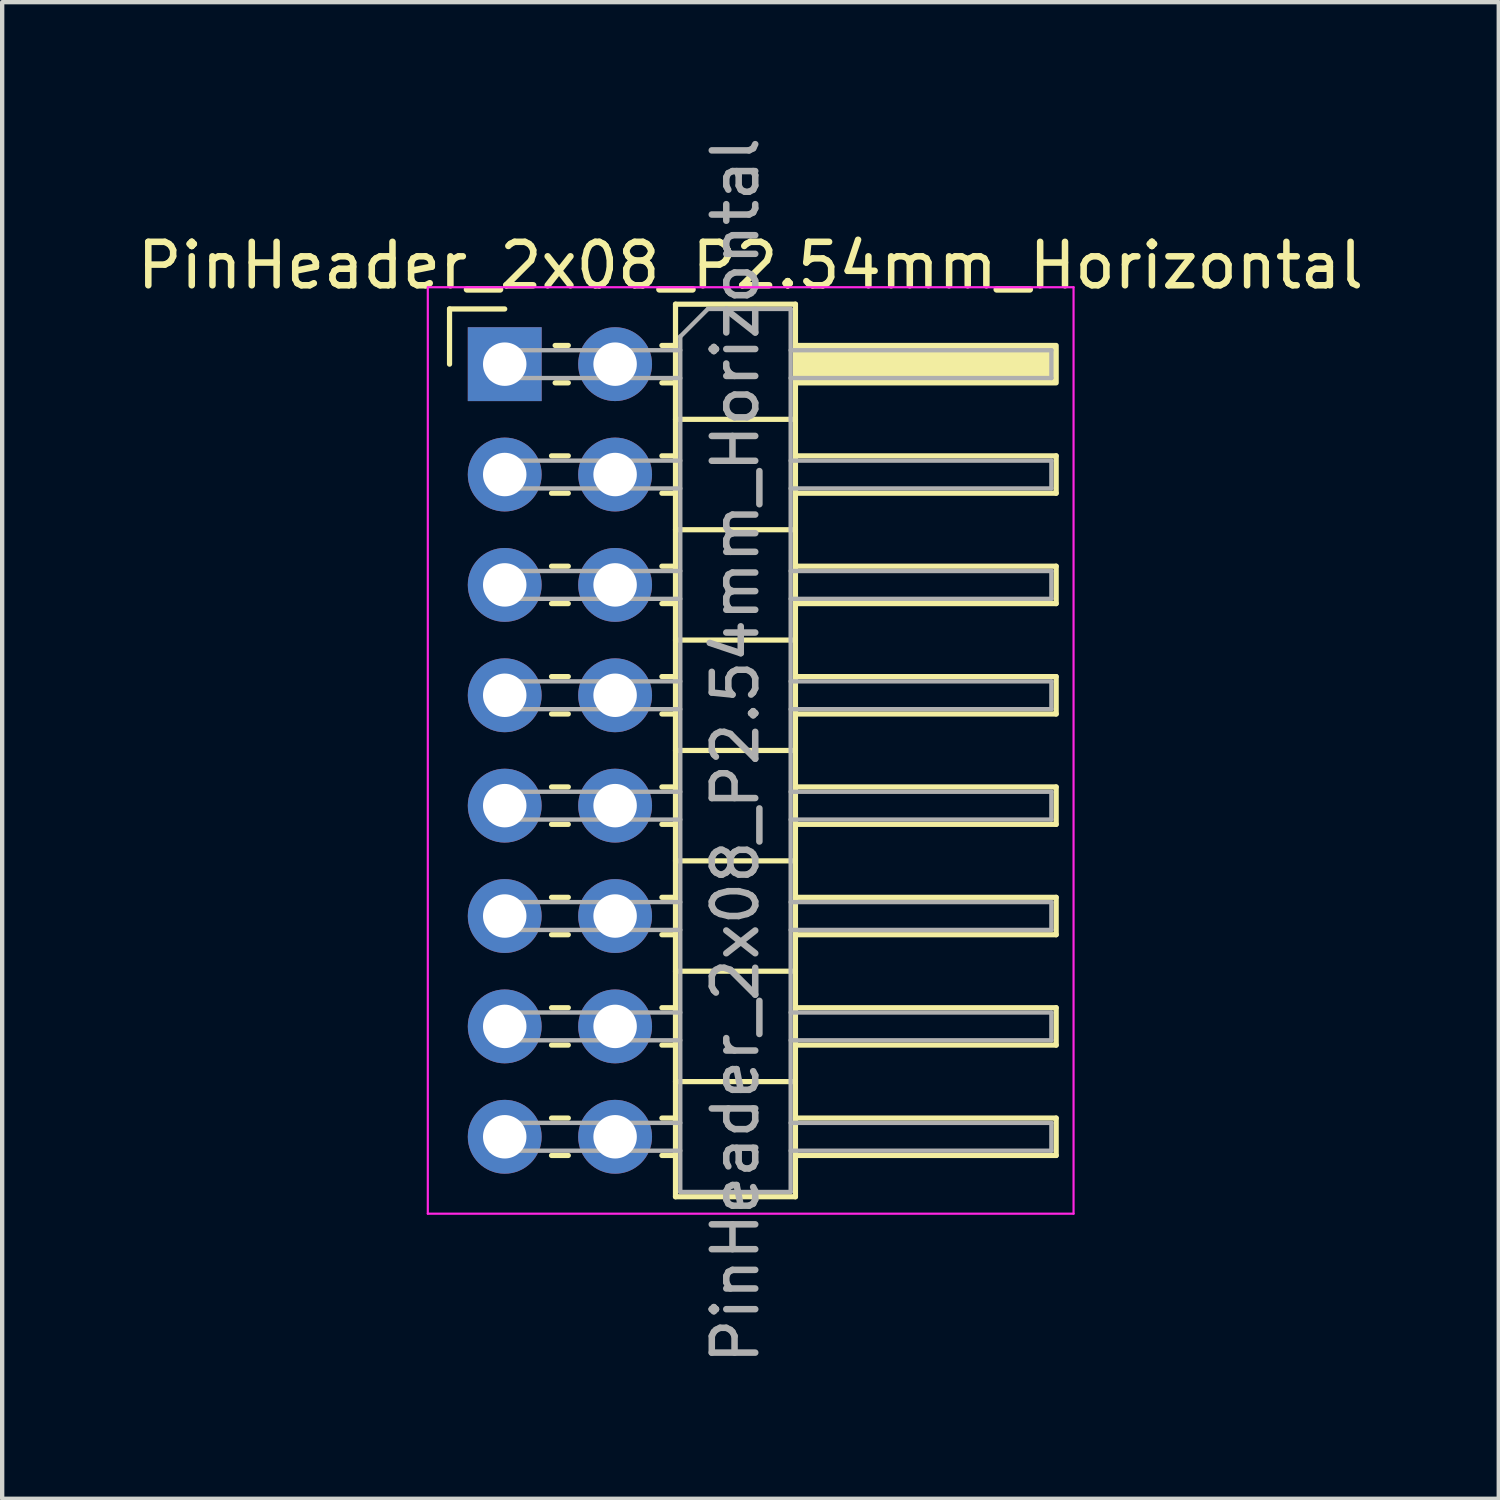
<source format=kicad_pcb>
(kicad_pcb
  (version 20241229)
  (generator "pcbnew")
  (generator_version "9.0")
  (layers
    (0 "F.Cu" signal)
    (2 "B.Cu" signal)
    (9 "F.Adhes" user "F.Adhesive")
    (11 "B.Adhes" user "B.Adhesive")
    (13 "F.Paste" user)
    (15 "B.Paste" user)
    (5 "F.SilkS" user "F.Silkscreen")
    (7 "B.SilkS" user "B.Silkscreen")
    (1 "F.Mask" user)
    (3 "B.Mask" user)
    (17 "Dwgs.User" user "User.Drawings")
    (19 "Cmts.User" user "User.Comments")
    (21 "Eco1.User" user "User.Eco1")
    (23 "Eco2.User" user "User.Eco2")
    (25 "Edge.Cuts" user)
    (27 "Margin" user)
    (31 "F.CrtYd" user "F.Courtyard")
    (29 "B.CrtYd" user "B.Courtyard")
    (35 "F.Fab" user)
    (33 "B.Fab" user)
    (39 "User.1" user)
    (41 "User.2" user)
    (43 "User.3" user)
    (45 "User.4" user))
  (footprint "PinHeader_2x08_P2.54mm_Horizontal"
    (layer "F.Cu")
    (at 8.565 5.33)
    (property "Reference" "PinHeader_2x08_P2.54mm_Horizontal" (at 5.655 -2.27 0) (layer "F.SilkS") (effects (font (size 1 1) (thickness 0.15))))
    (attr through_hole)
    (fp_line (start -1.27 -1.27) (end 0 -1.27) (stroke (width 0.12) (type solid)) (layer "F.SilkS"))
    (fp_line (start -1.27 0) (end -1.27 -1.27) (stroke (width 0.12) (type solid)) (layer "F.SilkS"))
    (fp_line (start 1.077 2.11) (end 1.463 2.11) (stroke (width 0.12) (type solid)) (layer "F.SilkS"))
    (fp_line (start 1.077 2.97) (end 1.463 2.97) (stroke (width 0.12) (type solid)) (layer "F.SilkS"))
    (fp_line (start 1.077 4.65) (end 1.463 4.65) (stroke (width 0.12) (type solid)) (layer "F.SilkS"))
    (fp_line (start 1.077 5.51) (end 1.463 5.51) (stroke (width 0.12) (type solid)) (layer "F.SilkS"))
    (fp_line (start 1.077 7.19) (end 1.463 7.19) (stroke (width 0.12) (type solid)) (layer "F.SilkS"))
    (fp_line (start 1.077 8.05) (end 1.463 8.05) (stroke (width 0.12) (type solid)) (layer "F.SilkS"))
    (fp_line (start 1.077 9.73) (end 1.463 9.73) (stroke (width 0.12) (type solid)) (layer "F.SilkS"))
    (fp_line (start 1.077 10.59) (end 1.463 10.59) (stroke (width 0.12) (type solid)) (layer "F.SilkS"))
    (fp_line (start 1.077 12.27) (end 1.463 12.27) (stroke (width 0.12) (type solid)) (layer "F.SilkS"))
    (fp_line (start 1.077 13.13) (end 1.463 13.13) (stroke (width 0.12) (type solid)) (layer "F.SilkS"))
    (fp_line (start 1.077 14.81) (end 1.463 14.81) (stroke (width 0.12) (type solid)) (layer "F.SilkS"))
    (fp_line (start 1.077 15.67) (end 1.463 15.67) (stroke (width 0.12) (type solid)) (layer "F.SilkS"))
    (fp_line (start 1.077 17.35) (end 1.463 17.35) (stroke (width 0.12) (type solid)) (layer "F.SilkS"))
    (fp_line (start 1.077 18.21) (end 1.463 18.21) (stroke (width 0.12) (type solid)) (layer "F.SilkS"))
    (fp_line (start 1.16 -0.43) (end 1.463 -0.43) (stroke (width 0.12) (type solid)) (layer "F.SilkS"))
    (fp_line (start 1.16 0.43) (end 1.463 0.43) (stroke (width 0.12) (type solid)) (layer "F.SilkS"))
    (fp_line (start 3.617 -0.43) (end 3.93 -0.43) (stroke (width 0.12) (type solid)) (layer "F.SilkS"))
    (fp_line (start 3.617 0.43) (end 3.93 0.43) (stroke (width 0.12) (type solid)) (layer "F.SilkS"))
    (fp_line (start 3.617 2.11) (end 3.93 2.11) (stroke (width 0.12) (type solid)) (layer "F.SilkS"))
    (fp_line (start 3.617 2.97) (end 3.93 2.97) (stroke (width 0.12) (type solid)) (layer "F.SilkS"))
    (fp_line (start 3.617 4.65) (end 3.93 4.65) (stroke (width 0.12) (type solid)) (layer "F.SilkS"))
    (fp_line (start 3.617 5.51) (end 3.93 5.51) (stroke (width 0.12) (type solid)) (layer "F.SilkS"))
    (fp_line (start 3.617 7.19) (end 3.93 7.19) (stroke (width 0.12) (type solid)) (layer "F.SilkS"))
    (fp_line (start 3.617 8.05) (end 3.93 8.05) (stroke (width 0.12) (type solid)) (layer "F.SilkS"))
    (fp_line (start 3.617 9.73) (end 3.93 9.73) (stroke (width 0.12) (type solid)) (layer "F.SilkS"))
    (fp_line (start 3.617 10.59) (end 3.93 10.59) (stroke (width 0.12) (type solid)) (layer "F.SilkS"))
    (fp_line (start 3.617 12.27) (end 3.93 12.27) (stroke (width 0.12) (type solid)) (layer "F.SilkS"))
    (fp_line (start 3.617 13.13) (end 3.93 13.13) (stroke (width 0.12) (type solid)) (layer "F.SilkS"))
    (fp_line (start 3.617 14.81) (end 3.93 14.81) (stroke (width 0.12) (type solid)) (layer "F.SilkS"))
    (fp_line (start 3.617 15.67) (end 3.93 15.67) (stroke (width 0.12) (type solid)) (layer "F.SilkS"))
    (fp_line (start 3.617 17.35) (end 3.93 17.35) (stroke (width 0.12) (type solid)) (layer "F.SilkS"))
    (fp_line (start 3.617 18.21) (end 3.93 18.21) (stroke (width 0.12) (type solid)) (layer "F.SilkS"))
    (fp_line (start 3.93 -1.38) (end 3.93 19.16) (stroke (width 0.12) (type solid)) (layer "F.SilkS"))
    (fp_line (start 3.93 1.27) (end 6.69 1.27) (stroke (width 0.12) (type solid)) (layer "F.SilkS"))
    (fp_line (start 3.93 3.81) (end 6.69 3.81) (stroke (width 0.12) (type solid)) (layer "F.SilkS"))
    (fp_line (start 3.93 6.35) (end 6.69 6.35) (stroke (width 0.12) (type solid)) (layer "F.SilkS"))
    (fp_line (start 3.93 8.89) (end 6.69 8.89) (stroke (width 0.12) (type solid)) (layer "F.SilkS"))
    (fp_line (start 3.93 11.43) (end 6.69 11.43) (stroke (width 0.12) (type solid)) (layer "F.SilkS"))
    (fp_line (start 3.93 13.97) (end 6.69 13.97) (stroke (width 0.12) (type solid)) (layer "F.SilkS"))
    (fp_line (start 3.93 16.51) (end 6.69 16.51) (stroke (width 0.12) (type solid)) (layer "F.SilkS"))
    (fp_line (start 3.93 19.16) (end 6.69 19.16) (stroke (width 0.12) (type solid)) (layer "F.SilkS"))
    (fp_line (start 6.69 -1.38) (end 3.93 -1.38) (stroke (width 0.12) (type solid)) (layer "F.SilkS"))
    (fp_line (start 6.69 2.11) (end 12.69 2.11) (stroke (width 0.12) (type solid)) (layer "F.SilkS"))
    (fp_line (start 6.69 4.65) (end 12.69 4.65) (stroke (width 0.12) (type solid)) (layer "F.SilkS"))
    (fp_line (start 6.69 7.19) (end 12.69 7.19) (stroke (width 0.12) (type solid)) (layer "F.SilkS"))
    (fp_line (start 6.69 9.73) (end 12.69 9.73) (stroke (width 0.12) (type solid)) (layer "F.SilkS"))
    (fp_line (start 6.69 12.27) (end 12.69 12.27) (stroke (width 0.12) (type solid)) (layer "F.SilkS"))
    (fp_line (start 6.69 14.81) (end 12.69 14.81) (stroke (width 0.12) (type solid)) (layer "F.SilkS"))
    (fp_line (start 6.69 17.35) (end 12.69 17.35) (stroke (width 0.12) (type solid)) (layer "F.SilkS"))
    (fp_line (start 6.69 19.16) (end 6.69 -1.38) (stroke (width 0.12) (type solid)) (layer "F.SilkS"))
    (fp_line (start 12.69 2.11) (end 12.69 2.97) (stroke (width 0.12) (type solid)) (layer "F.SilkS"))
    (fp_line (start 12.69 2.97) (end 6.69 2.97) (stroke (width 0.12) (type solid)) (layer "F.SilkS"))
    (fp_line (start 12.69 4.65) (end 12.69 5.51) (stroke (width 0.12) (type solid)) (layer "F.SilkS"))
    (fp_line (start 12.69 5.51) (end 6.69 5.51) (stroke (width 0.12) (type solid)) (layer "F.SilkS"))
    (fp_line (start 12.69 7.19) (end 12.69 8.05) (stroke (width 0.12) (type solid)) (layer "F.SilkS"))
    (fp_line (start 12.69 8.05) (end 6.69 8.05) (stroke (width 0.12) (type solid)) (layer "F.SilkS"))
    (fp_line (start 12.69 9.73) (end 12.69 10.59) (stroke (width 0.12) (type solid)) (layer "F.SilkS"))
    (fp_line (start 12.69 10.59) (end 6.69 10.59) (stroke (width 0.12) (type solid)) (layer "F.SilkS"))
    (fp_line (start 12.69 12.27) (end 12.69 13.13) (stroke (width 0.12) (type solid)) (layer "F.SilkS"))
    (fp_line (start 12.69 13.13) (end 6.69 13.13) (stroke (width 0.12) (type solid)) (layer "F.SilkS"))
    (fp_line (start 12.69 14.81) (end 12.69 15.67) (stroke (width 0.12) (type solid)) (layer "F.SilkS"))
    (fp_line (start 12.69 15.67) (end 6.69 15.67) (stroke (width 0.12) (type solid)) (layer "F.SilkS"))
    (fp_line (start 12.69 17.35) (end 12.69 18.21) (stroke (width 0.12) (type solid)) (layer "F.SilkS"))
    (fp_line (start 12.69 18.21) (end 6.69 18.21) (stroke (width 0.12) (type solid)) (layer "F.SilkS"))
    (fp_rect (start 6.69 -0.43) (end 12.69 0.43) (stroke (width 0.12) (type solid)) (fill yes) (layer "F.SilkS"))
    (fp_line (start -1.77 -1.77) (end -1.77 19.55) (stroke (width 0.05) (type solid)) (layer "F.CrtYd"))
    (fp_line (start -1.77 19.55) (end 13.09 19.55) (stroke (width 0.05) (type solid)) (layer "F.CrtYd"))
    (fp_line (start 13.09 -1.77) (end -1.77 -1.77) (stroke (width 0.05) (type solid)) (layer "F.CrtYd"))
    (fp_line (start 13.09 19.55) (end 13.09 -1.77) (stroke (width 0.05) (type solid)) (layer "F.CrtYd"))
    (fp_line (start -0.32 -0.32) (end -0.32 0.32) (stroke (width 0.1) (type solid)) (layer "F.Fab"))
    (fp_line (start -0.32 -0.32) (end 4.04 -0.32) (stroke (width 0.1) (type solid)) (layer "F.Fab"))
    (fp_line (start -0.32 0.32) (end 4.04 0.32) (stroke (width 0.1) (type solid)) (layer "F.Fab"))
    (fp_line (start -0.32 2.22) (end -0.32 2.86) (stroke (width 0.1) (type solid)) (layer "F.Fab"))
    (fp_line (start -0.32 2.22) (end 4.04 2.22) (stroke (width 0.1) (type solid)) (layer "F.Fab"))
    (fp_line (start -0.32 2.86) (end 4.04 2.86) (stroke (width 0.1) (type solid)) (layer "F.Fab"))
    (fp_line (start -0.32 4.76) (end -0.32 5.4) (stroke (width 0.1) (type solid)) (layer "F.Fab"))
    (fp_line (start -0.32 4.76) (end 4.04 4.76) (stroke (width 0.1) (type solid)) (layer "F.Fab"))
    (fp_line (start -0.32 5.4) (end 4.04 5.4) (stroke (width 0.1) (type solid)) (layer "F.Fab"))
    (fp_line (start -0.32 7.3) (end -0.32 7.94) (stroke (width 0.1) (type solid)) (layer "F.Fab"))
    (fp_line (start -0.32 7.3) (end 4.04 7.3) (stroke (width 0.1) (type solid)) (layer "F.Fab"))
    (fp_line (start -0.32 7.94) (end 4.04 7.94) (stroke (width 0.1) (type solid)) (layer "F.Fab"))
    (fp_line (start -0.32 9.84) (end -0.32 10.48) (stroke (width 0.1) (type solid)) (layer "F.Fab"))
    (fp_line (start -0.32 9.84) (end 4.04 9.84) (stroke (width 0.1) (type solid)) (layer "F.Fab"))
    (fp_line (start -0.32 10.48) (end 4.04 10.48) (stroke (width 0.1) (type solid)) (layer "F.Fab"))
    (fp_line (start -0.32 12.38) (end -0.32 13.02) (stroke (width 0.1) (type solid)) (layer "F.Fab"))
    (fp_line (start -0.32 12.38) (end 4.04 12.38) (stroke (width 0.1) (type solid)) (layer "F.Fab"))
    (fp_line (start -0.32 13.02) (end 4.04 13.02) (stroke (width 0.1) (type solid)) (layer "F.Fab"))
    (fp_line (start -0.32 14.92) (end -0.32 15.56) (stroke (width 0.1) (type solid)) (layer "F.Fab"))
    (fp_line (start -0.32 14.92) (end 4.04 14.92) (stroke (width 0.1) (type solid)) (layer "F.Fab"))
    (fp_line (start -0.32 15.56) (end 4.04 15.56) (stroke (width 0.1) (type solid)) (layer "F.Fab"))
    (fp_line (start -0.32 17.46) (end -0.32 18.1) (stroke (width 0.1) (type solid)) (layer "F.Fab"))
    (fp_line (start -0.32 17.46) (end 4.04 17.46) (stroke (width 0.1) (type solid)) (layer "F.Fab"))
    (fp_line (start -0.32 18.1) (end 4.04 18.1) (stroke (width 0.1) (type solid)) (layer "F.Fab"))
    (fp_line (start 4.04 -0.635) (end 4.675 -1.27) (stroke (width 0.1) (type solid)) (layer "F.Fab"))
    (fp_line (start 4.04 19.05) (end 4.04 -0.635) (stroke (width 0.1) (type solid)) (layer "F.Fab"))
    (fp_line (start 4.675 -1.27) (end 6.58 -1.27) (stroke (width 0.1) (type solid)) (layer "F.Fab"))
    (fp_line (start 6.58 -1.27) (end 6.58 19.05) (stroke (width 0.1) (type solid)) (layer "F.Fab"))
    (fp_line (start 6.58 -0.32) (end 12.58 -0.32) (stroke (width 0.1) (type solid)) (layer "F.Fab"))
    (fp_line (start 6.58 0.32) (end 12.58 0.32) (stroke (width 0.1) (type solid)) (layer "F.Fab"))
    (fp_line (start 6.58 2.22) (end 12.58 2.22) (stroke (width 0.1) (type solid)) (layer "F.Fab"))
    (fp_line (start 6.58 2.86) (end 12.58 2.86) (stroke (width 0.1) (type solid)) (layer "F.Fab"))
    (fp_line (start 6.58 4.76) (end 12.58 4.76) (stroke (width 0.1) (type solid)) (layer "F.Fab"))
    (fp_line (start 6.58 5.4) (end 12.58 5.4) (stroke (width 0.1) (type solid)) (layer "F.Fab"))
    (fp_line (start 6.58 7.3) (end 12.58 7.3) (stroke (width 0.1) (type solid)) (layer "F.Fab"))
    (fp_line (start 6.58 7.94) (end 12.58 7.94) (stroke (width 0.1) (type solid)) (layer "F.Fab"))
    (fp_line (start 6.58 9.84) (end 12.58 9.84) (stroke (width 0.1) (type solid)) (layer "F.Fab"))
    (fp_line (start 6.58 10.48) (end 12.58 10.48) (stroke (width 0.1) (type solid)) (layer "F.Fab"))
    (fp_line (start 6.58 12.38) (end 12.58 12.38) (stroke (width 0.1) (type solid)) (layer "F.Fab"))
    (fp_line (start 6.58 13.02) (end 12.58 13.02) (stroke (width 0.1) (type solid)) (layer "F.Fab"))
    (fp_line (start 6.58 14.92) (end 12.58 14.92) (stroke (width 0.1) (type solid)) (layer "F.Fab"))
    (fp_line (start 6.58 15.56) (end 12.58 15.56) (stroke (width 0.1) (type solid)) (layer "F.Fab"))
    (fp_line (start 6.58 17.46) (end 12.58 17.46) (stroke (width 0.1) (type solid)) (layer "F.Fab"))
    (fp_line (start 6.58 18.1) (end 12.58 18.1) (stroke (width 0.1) (type solid)) (layer "F.Fab"))
    (fp_line (start 6.58 19.05) (end 4.04 19.05) (stroke (width 0.1) (type solid)) (layer "F.Fab"))
    (fp_line (start 12.58 -0.32) (end 12.58 0.32) (stroke (width 0.1) (type solid)) (layer "F.Fab"))
    (fp_line (start 12.58 2.22) (end 12.58 2.86) (stroke (width 0.1) (type solid)) (layer "F.Fab"))
    (fp_line (start 12.58 4.76) (end 12.58 5.4) (stroke (width 0.1) (type solid)) (layer "F.Fab"))
    (fp_line (start 12.58 7.3) (end 12.58 7.94) (stroke (width 0.1) (type solid)) (layer "F.Fab"))
    (fp_line (start 12.58 9.84) (end 12.58 10.48) (stroke (width 0.1) (type solid)) (layer "F.Fab"))
    (fp_line (start 12.58 12.38) (end 12.58 13.02) (stroke (width 0.1) (type solid)) (layer "F.Fab"))
    (fp_line (start 12.58 14.92) (end 12.58 15.56) (stroke (width 0.1) (type solid)) (layer "F.Fab"))
    (fp_line (start 12.58 17.46) (end 12.58 18.1) (stroke (width 0.1) (type solid)) (layer "F.Fab"))
    (fp_text user "${REFERENCE}" (at 5.31 8.89 90) (layer "F.Fab") (effects (font (size 1 1) (thickness 0.15))))
    (pad "1" thru_hole rect (at 0 0) (size 1.7 1.7) (drill 1) (layers "*.Cu" "*.Mask"))
    (pad "2" thru_hole circle (at 2.54 0) (size 1.7 1.7) (drill 1) (layers "*.Cu" "*.Mask"))
    (pad "3" thru_hole circle (at 0 2.54) (size 1.7 1.7) (drill 1) (layers "*.Cu" "*.Mask"))
    (pad "4" thru_hole circle (at 2.54 2.54) (size 1.7 1.7) (drill 1) (layers "*.Cu" "*.Mask"))
    (pad "5" thru_hole circle (at 0 5.08) (size 1.7 1.7) (drill 1) (layers "*.Cu" "*.Mask"))
    (pad "6" thru_hole circle (at 2.54 5.08) (size 1.7 1.7) (drill 1) (layers "*.Cu" "*.Mask"))
    (pad "7" thru_hole circle (at 0 7.62) (size 1.7 1.7) (drill 1) (layers "*.Cu" "*.Mask"))
    (pad "8" thru_hole circle (at 2.54 7.62) (size 1.7 1.7) (drill 1) (layers "*.Cu" "*.Mask"))
    (pad "9" thru_hole circle (at 0 10.16) (size 1.7 1.7) (drill 1) (layers "*.Cu" "*.Mask"))
    (pad "10" thru_hole circle (at 2.54 10.16) (size 1.7 1.7) (drill 1) (layers "*.Cu" "*.Mask"))
    (pad "11" thru_hole circle (at 0 12.7) (size 1.7 1.7) (drill 1) (layers "*.Cu" "*.Mask"))
    (pad "12" thru_hole circle (at 2.54 12.7) (size 1.7 1.7) (drill 1) (layers "*.Cu" "*.Mask"))
    (pad "13" thru_hole circle (at 0 15.24) (size 1.7 1.7) (drill 1) (layers "*.Cu" "*.Mask"))
    (pad "14" thru_hole circle (at 2.54 15.24) (size 1.7 1.7) (drill 1) (layers "*.Cu" "*.Mask"))
    (pad "15" thru_hole circle (at 0 17.78) (size 1.7 1.7) (drill 1) (layers "*.Cu" "*.Mask"))
    (pad "16" thru_hole circle (at 2.54 17.78) (size 1.7 1.7) (drill 1) (layers "*.Cu" "*.Mask")))
  (gr_rect
    (start -3 -3)
    (end 31.44 31.44)
    (stroke (width 0.1) (type default))
    (fill no)
    (layer "Edge.Cuts")))
</source>
